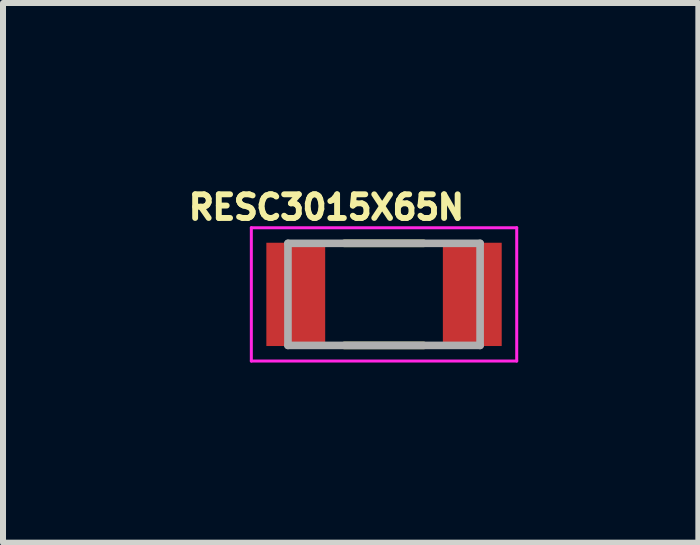
<source format=kicad_pcb>
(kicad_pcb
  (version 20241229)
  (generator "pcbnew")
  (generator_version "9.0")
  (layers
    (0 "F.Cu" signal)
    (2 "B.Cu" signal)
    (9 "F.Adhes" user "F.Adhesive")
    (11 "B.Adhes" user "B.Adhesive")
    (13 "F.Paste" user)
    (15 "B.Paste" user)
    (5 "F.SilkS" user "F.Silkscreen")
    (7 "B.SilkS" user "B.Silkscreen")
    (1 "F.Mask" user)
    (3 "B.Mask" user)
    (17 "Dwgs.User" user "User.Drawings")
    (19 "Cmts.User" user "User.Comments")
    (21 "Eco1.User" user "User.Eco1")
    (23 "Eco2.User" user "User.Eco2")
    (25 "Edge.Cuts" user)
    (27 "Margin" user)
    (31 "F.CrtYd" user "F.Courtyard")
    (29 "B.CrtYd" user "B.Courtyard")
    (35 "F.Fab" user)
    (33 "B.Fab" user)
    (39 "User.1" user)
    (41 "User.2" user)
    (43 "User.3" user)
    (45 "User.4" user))
  (footprint "RESC3015X65N"
    (layer "F.Cu")
    (at 3.346 1.853)
    (property "Reference" "RESC3015X65N" (at -0.96 -1.45 0) (layer "F.SilkS") (effects (font (size 0.394 0.394) (thickness 0.098))))
    (attr smd)
    (fp_line (start -0.66 -0.85) (end 0.66 -0.85) (stroke (width 0.127) (type solid)) (layer "F.SilkS"))
    (fp_line (start -0.66 0.85) (end 0.66 0.85) (stroke (width 0.127) (type solid)) (layer "F.SilkS"))
    (fp_line (start -2.21 -1.11) (end 2.21 -1.11) (stroke (width 0.05) (type solid)) (layer "F.CrtYd"))
    (fp_line (start -2.21 1.11) (end -2.21 -1.11) (stroke (width 0.05) (type solid)) (layer "F.CrtYd"))
    (fp_line (start -2.21 1.11) (end 2.21 1.11) (stroke (width 0.05) (type solid)) (layer "F.CrtYd"))
    (fp_line (start 2.21 1.11) (end 2.21 -1.11) (stroke (width 0.05) (type solid)) (layer "F.CrtYd"))
    (fp_line (start -1.6 0.85) (end -1.6 -0.85) (stroke (width 0.127) (type solid)) (layer "F.Fab"))
    (fp_line (start 1.6 -0.85) (end -1.6 -0.85) (stroke (width 0.127) (type solid)) (layer "F.Fab"))
    (fp_line (start 1.6 0.85) (end -1.6 0.85) (stroke (width 0.127) (type solid)) (layer "F.Fab"))
    (fp_line (start 1.6 0.85) (end 1.6 -0.85) (stroke (width 0.127) (type solid)) (layer "F.Fab"))
    (pad "1" smd rect (at -1.47 0) (size 0.98 1.72) (layers "F.Cu" "F.Mask" "F.Paste"))
    (pad "2" smd rect (at 1.47 0) (size 0.98 1.72) (layers "F.Cu" "F.Mask" "F.Paste")))
  (gr_rect
    (start -3 -3)
    (end 8.581 5.988)
    (stroke (width 0.1) (type default))
    (fill no)
    (layer "Edge.Cuts")))
</source>
